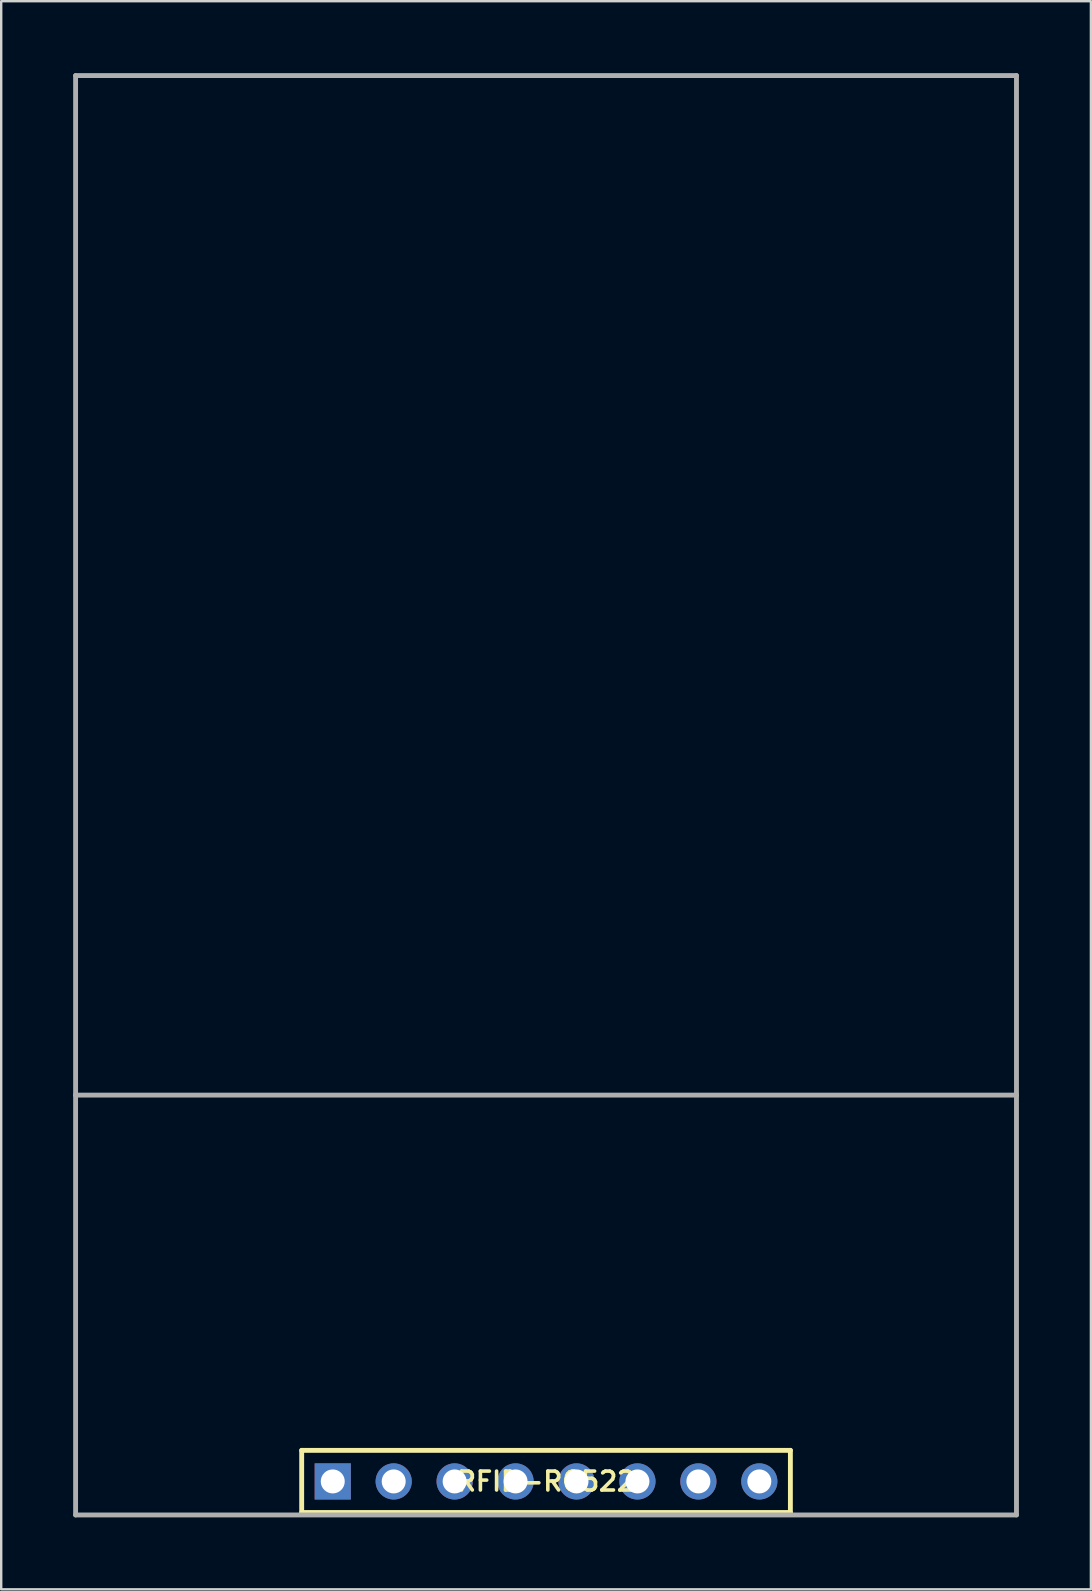
<source format=kicad_pcb>
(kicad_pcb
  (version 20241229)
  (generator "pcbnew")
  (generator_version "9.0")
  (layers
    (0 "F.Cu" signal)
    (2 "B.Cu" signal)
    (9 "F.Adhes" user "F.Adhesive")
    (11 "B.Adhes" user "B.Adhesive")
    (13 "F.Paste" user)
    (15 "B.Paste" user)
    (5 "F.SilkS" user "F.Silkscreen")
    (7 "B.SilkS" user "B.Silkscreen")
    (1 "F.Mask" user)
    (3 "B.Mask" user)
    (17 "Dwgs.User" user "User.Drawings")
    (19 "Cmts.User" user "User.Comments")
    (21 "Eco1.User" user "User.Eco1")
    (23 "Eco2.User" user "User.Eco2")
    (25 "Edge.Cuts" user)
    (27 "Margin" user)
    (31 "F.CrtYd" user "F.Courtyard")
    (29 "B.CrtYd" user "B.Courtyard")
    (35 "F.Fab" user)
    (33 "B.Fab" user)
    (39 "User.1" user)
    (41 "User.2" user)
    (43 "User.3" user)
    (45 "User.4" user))
  (footprint "RFID-RC522"
    (layer "F.Cu")
    (at 19.71 58.699)
    (property "Reference" "RFID-RC522" (at 0 0 0) (layer "F.SilkS") (effects (font (size 0.787 0.787) (thickness 0.15))))
    (attr through_hole)
    (fp_line (start -10.185 -1.295) (end 10.185 -1.295) (stroke (width 0.203) (type solid)) (layer "F.SilkS"))
    (fp_line (start -10.185 1.295) (end -10.185 -1.295) (stroke (width 0.203) (type solid)) (layer "F.SilkS"))
    (fp_line (start 10.185 -1.295) (end 10.185 1.295) (stroke (width 0.203) (type solid)) (layer "F.SilkS"))
    (fp_line (start 10.185 1.295) (end -10.185 1.295) (stroke (width 0.203) (type solid)) (layer "F.SilkS"))
    (fp_line (start -19.609 -58.598) (end 19.609 -58.598) (stroke (width 0.203) (type solid)) (layer "F.Fab"))
    (fp_line (start -19.609 -16.104) (end -19.609 -58.598) (stroke (width 0.203) (type solid)) (layer "F.Fab"))
    (fp_line (start -19.609 -16.104) (end 19.609 -16.104) (stroke (width 0.203) (type solid)) (layer "F.Fab"))
    (fp_line (start -19.609 1.397) (end -19.609 -16.104) (stroke (width 0.203) (type solid)) (layer "F.Fab"))
    (fp_line (start 19.609 -58.598) (end 19.609 -16.104) (stroke (width 0.203) (type solid)) (layer "F.Fab"))
    (fp_line (start 19.609 -16.104) (end 19.609 1.397) (stroke (width 0.203) (type solid)) (layer "F.Fab"))
    (fp_line (start 19.609 1.397) (end -19.609 1.397) (stroke (width 0.203) (type solid)) (layer "F.Fab"))
    (pad "1" thru_hole rect (at -8.89 0) (size 1.508 1.508) (drill 1) (layers "*.Cu" "*.Mask"))
    (pad "2" thru_hole circle (at -6.35 0) (size 1.508 1.508) (drill 1) (layers "*.Cu" "*.Mask"))
    (pad "3" thru_hole circle (at -3.81 0) (size 1.508 1.508) (drill 1) (layers "*.Cu" "*.Mask"))
    (pad "4" thru_hole circle (at -1.27 0) (size 1.508 1.508) (drill 1) (layers "*.Cu" "*.Mask"))
    (pad "5" thru_hole circle (at 1.27 0) (size 1.508 1.508) (drill 1) (layers "*.Cu" "*.Mask"))
    (pad "6" thru_hole circle (at 3.81 0) (size 1.508 1.508) (drill 1) (layers "*.Cu" "*.Mask"))
    (pad "7" thru_hole circle (at 6.35 0) (size 1.508 1.508) (drill 1) (layers "*.Cu" "*.Mask"))
    (pad "8" thru_hole circle (at 8.89 0) (size 1.508 1.508) (drill 1) (layers "*.Cu" "*.Mask")))
  (gr_rect
    (start -3 -3)
    (end 42.421 63.198)
    (stroke (width 0.1) (type default))
    (fill no)
    (layer "Edge.Cuts")))
</source>
